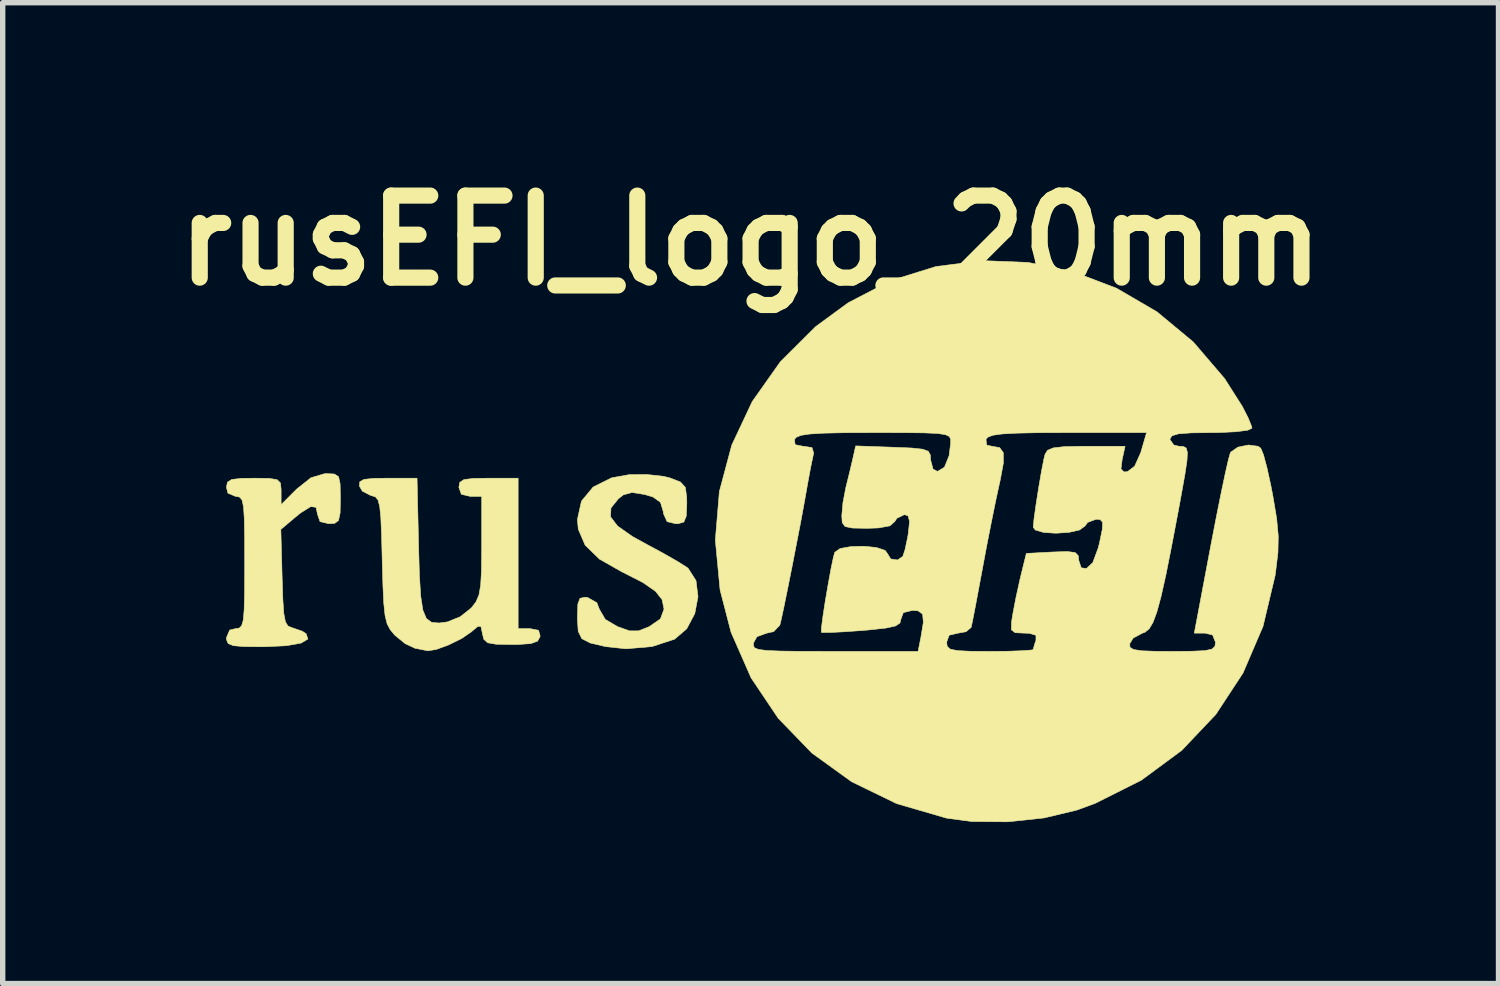
<source format=kicad_pcb>
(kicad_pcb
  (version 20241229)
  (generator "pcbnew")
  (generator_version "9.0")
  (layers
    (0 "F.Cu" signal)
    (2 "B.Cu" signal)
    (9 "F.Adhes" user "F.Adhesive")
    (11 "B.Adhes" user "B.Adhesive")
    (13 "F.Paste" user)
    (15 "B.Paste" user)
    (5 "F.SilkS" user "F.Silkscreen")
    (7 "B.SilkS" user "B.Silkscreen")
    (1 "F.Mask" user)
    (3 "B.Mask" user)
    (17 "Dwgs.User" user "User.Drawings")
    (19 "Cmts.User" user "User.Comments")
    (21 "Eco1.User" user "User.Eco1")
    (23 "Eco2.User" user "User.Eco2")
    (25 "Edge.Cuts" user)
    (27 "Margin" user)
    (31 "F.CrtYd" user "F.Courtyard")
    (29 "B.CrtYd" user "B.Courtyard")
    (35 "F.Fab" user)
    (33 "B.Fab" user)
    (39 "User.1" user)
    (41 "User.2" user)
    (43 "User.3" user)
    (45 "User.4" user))
  (footprint "rusEFI_logo_20mm"
    (layer "F.Cu")
    (at 10.893 7.018)
    (property "Reference" "rusEFI_logo_20mm" (at 0 -5.6 0) (layer "F.SilkS") (effects (font (size 1.524 1.524) (thickness 0.3))))
    (attr through_hole)
    (fp_poly (pts (xy -7.732 -1.263) (xy -7.654 -1.213) (xy -7.625 -1.08) (xy -7.62 -0.821) (xy -7.62 -0.804) (xy -7.625 -0.538) (xy -7.655 -0.399) (xy -7.726 -0.346) (xy -7.832 -0.339) (xy -7.998 -0.378) (xy -8.043 -0.508) (xy -8.073 -0.645) (xy -8.172 -0.657) (xy -8.357 -0.542) (xy -8.463 -0.456) (xy -8.726 -0.234) (xy -8.702 0.665) (xy -8.689 1.066) (xy -8.671 1.329) (xy -8.641 1.484) (xy -8.593 1.561) (xy -8.521 1.592) (xy -8.509 1.595) (xy -8.327 1.658) (xy -8.256 1.705) (xy -8.223 1.803) (xy -8.35 1.878) (xy -8.625 1.927) (xy -9.039 1.946) (xy -9.081 1.946) (xy -9.412 1.943) (xy -9.608 1.926) (xy -9.704 1.887) (xy -9.735 1.816) (xy -9.737 1.778) (xy -9.677 1.636) (xy -9.567 1.609) (xy -9.501 1.6) (xy -9.455 1.557) (xy -9.425 1.455) (xy -9.408 1.267) (xy -9.4 0.969) (xy -9.398 0.534) (xy -9.398 0.381) (xy -9.399 -0.098) (xy -9.405 -0.433) (xy -9.419 -0.649) (xy -9.445 -0.773) (xy -9.486 -0.831) (xy -9.546 -0.846) (xy -9.567 -0.847) (xy -9.709 -0.907) (xy -9.737 -1.016) (xy -9.718 -1.111) (xy -9.637 -1.162) (xy -9.454 -1.182) (xy -9.229 -1.185) (xy -8.947 -1.182) (xy -8.796 -1.158) (xy -8.733 -1.096) (xy -8.721 -0.974) (xy -8.721 -0.94) (xy -8.721 -0.694) (xy -8.433 -0.982) (xy -8.166 -1.194) (xy -7.913 -1.269) (xy -7.882 -1.27) (xy -7.732 -1.263)) (stroke (width 0.01) (type solid)) (fill yes) (layer "F.SilkS"))
    (fp_poly (pts (xy -1.613 -1.219) (xy -1.491 -1.188) (xy -1.301 -1.113) (xy -1.212 -1.014) (xy -1.187 -0.831) (xy -1.185 -0.713) (xy -1.195 -0.48) (xy -1.24 -0.371) (xy -1.345 -0.34) (xy -1.391 -0.339) (xy -1.551 -0.378) (xy -1.618 -0.526) (xy -1.624 -0.572) (xy -1.675 -0.738) (xy -1.813 -0.836) (xy -1.967 -0.882) (xy -2.203 -0.92) (xy -2.363 -0.876) (xy -2.457 -0.802) (xy -2.594 -0.632) (xy -2.602 -0.468) (xy -2.471 -0.296) (xy -2.193 -0.101) (xy -1.933 0.042) (xy -1.622 0.21) (xy -1.359 0.36) (xy -1.189 0.467) (xy -1.16 0.489) (xy -1.014 0.718) (xy -0.977 1.016) (xy -1.037 1.331) (xy -1.186 1.612) (xy -1.411 1.805) (xy -1.829 1.942) (xy -2.314 1.984) (xy -2.689 1.944) (xy -2.977 1.877) (xy -3.135 1.796) (xy -3.202 1.66) (xy -3.217 1.429) (xy -3.217 1.386) (xy -3.209 1.152) (xy -3.169 1.046) (xy -3.076 1.026) (xy -3.027 1.031) (xy -2.856 1.128) (xy -2.809 1.25) (xy -2.699 1.438) (xy -2.47 1.573) (xy -2.248 1.651) (xy -2.082 1.651) (xy -1.884 1.573) (xy -1.675 1.428) (xy -1.609 1.249) (xy -1.609 1.242) (xy -1.644 1.07) (xy -1.767 0.915) (xy -2.001 0.753) (xy -2.371 0.564) (xy -2.39 0.555) (xy -2.809 0.317) (xy -3.074 0.058) (xy -3.201 -0.238) (xy -3.217 -0.419) (xy -3.142 -0.759) (xy -2.925 -1.021) (xy -2.582 -1.192) (xy -2.255 -1.251) (xy -1.927 -1.254) (xy -1.613 -1.219)) (stroke (width 0.01) (type solid)) (fill yes) (layer "F.SilkS"))
    (fp_poly (pts (xy -6.167 0.088) (xy -6.152 0.621) (xy -6.128 1.006) (xy -6.088 1.266) (xy -6.023 1.421) (xy -5.925 1.493) (xy -5.785 1.505) (xy -5.63 1.484) (xy -5.393 1.388) (xy -5.186 1.223) (xy -5.101 1.112) (xy -5.046 0.984) (xy -5.014 0.802) (xy -4.999 0.53) (xy -4.995 0.129) (xy -4.995 0.08) (xy -4.995 -0.847) (xy -5.207 -0.847) (xy -5.373 -0.886) (xy -5.419 -1.016) (xy -5.402 -1.108) (xy -5.325 -1.159) (xy -5.152 -1.181) (xy -4.868 -1.185) (xy -4.318 -1.185) (xy -4.318 1.609) (xy -4.1 1.609) (xy -3.939 1.64) (xy -3.909 1.748) (xy -3.911 1.757) (xy -3.957 1.842) (xy -4.081 1.887) (xy -4.321 1.904) (xy -4.446 1.905) (xy -4.729 1.899) (xy -4.885 1.872) (xy -4.956 1.807) (xy -4.981 1.706) (xy -5.008 1.572) (xy -5.065 1.566) (xy -5.193 1.673) (xy -5.368 1.793) (xy -5.605 1.91) (xy -5.836 1.995) (xy -5.995 2.022) (xy -6.003 2.02) (xy -6.119 1.996) (xy -6.234 1.974) (xy -6.416 1.889) (xy -6.608 1.732) (xy -6.615 1.725) (xy -6.695 1.628) (xy -6.752 1.52) (xy -6.79 1.367) (xy -6.814 1.139) (xy -6.83 0.804) (xy -6.843 0.337) (xy -6.855 -0.129) (xy -6.869 -0.453) (xy -6.89 -0.662) (xy -6.922 -0.781) (xy -6.969 -0.838) (xy -7.038 -0.86) (xy -7.054 -0.863) (xy -7.212 -0.944) (xy -7.266 -1.037) (xy -7.26 -1.118) (xy -7.182 -1.163) (xy -6.996 -1.182) (xy -6.745 -1.185) (xy -6.196 -1.185) (xy -6.167 0.088)) (stroke (width 0.01) (type solid)) (fill yes) (layer "F.SilkS"))
    (fp_poly (pts (xy 5.155 -5.193) (xy 5.995 -5.02) (xy 6.799 -4.713) (xy 7.548 -4.276) (xy 8.223 -3.716) (xy 8.806 -3.035) (xy 9.136 -2.516) (xy 9.245 -2.301) (xy 9.308 -2.144) (xy 9.313 -2.114) (xy 9.234 -2.076) (xy 9.019 -2.048) (xy 8.701 -2.033) (xy 8.551 -2.032) (xy 8.18 -2.027) (xy 7.948 -2.009) (xy 7.828 -1.973) (xy 7.79 -1.914) (xy 7.789 -1.905) (xy 7.86 -1.802) (xy 7.959 -1.778) (xy 8.04 -1.774) (xy 8.092 -1.745) (xy 8.114 -1.665) (xy 8.106 -1.508) (xy 8.067 -1.251) (xy 7.998 -0.866) (xy 7.948 -0.593) (xy 7.819 0.085) (xy 7.714 0.614) (xy 7.625 1.012) (xy 7.547 1.3) (xy 7.475 1.494) (xy 7.404 1.613) (xy 7.327 1.676) (xy 7.274 1.695) (xy 7.107 1.785) (xy 7.043 1.888) (xy 7.047 1.955) (xy 7.112 1.997) (xy 7.265 2.021) (xy 7.538 2.031) (xy 7.825 2.032) (xy 8.201 2.029) (xy 8.439 2.018) (xy 8.569 1.99) (xy 8.625 1.939) (xy 8.636 1.863) (xy 8.582 1.727) (xy 8.439 1.693) (xy 8.242 1.693) (xy 8.55 0.06) (xy 8.648 -0.448) (xy 8.739 -0.902) (xy 8.817 -1.273) (xy 8.877 -1.535) (xy 8.913 -1.661) (xy 8.915 -1.665) (xy 9.05 -1.761) (xy 9.249 -1.802) (xy 9.427 -1.778) (xy 9.477 -1.742) (xy 9.527 -1.621) (xy 9.593 -1.375) (xy 9.665 -1.046) (xy 9.702 -0.854) (xy 9.772 -0.435) (xy 9.802 -0.109) (xy 9.796 0.194) (xy 9.754 0.546) (xy 9.743 0.625) (xy 9.518 1.569) (xy 9.148 2.432) (xy 8.643 3.202) (xy 8.01 3.87) (xy 7.26 4.424) (xy 6.401 4.855) (xy 6.054 4.982) (xy 5.451 5.126) (xy 4.777 5.198) (xy 4.108 5.192) (xy 3.641 5.13) (xy 2.713 4.86) (xy 1.876 4.453) (xy 1.139 3.921) (xy 0.512 3.273) (xy 0.008 2.522) (xy -0.255 1.922) (xy 0.051 1.922) (xy 0.073 1.966) (xy 0.149 1.996) (xy 0.302 2.016) (xy 0.553 2.026) (xy 0.924 2.031) (xy 1.438 2.032) (xy 1.564 2.032) (xy 3.111 2.032) (xy 3.145 1.863) (xy 3.641 1.863) (xy 3.653 1.941) (xy 3.71 1.991) (xy 3.844 2.018) (xy 4.086 2.03) (xy 4.445 2.032) (xy 4.791 2.029) (xy 5.062 2.019) (xy 5.222 2.006) (xy 5.249 1.997) (xy 5.276 1.897) (xy 5.301 1.827) (xy 5.301 1.733) (xy 5.179 1.696) (xy 5.082 1.693) (xy 4.913 1.685) (xy 4.844 1.63) (xy 4.848 1.481) (xy 4.87 1.343) (xy 4.93 1.029) (xy 5.006 0.684) (xy 5.026 0.602) (xy 5.122 0.212) (xy 5.609 0.186) (xy 5.884 0.177) (xy 6.03 0.196) (xy 6.087 0.255) (xy 6.096 0.341) (xy 6.141 0.479) (xy 6.238 0.493) (xy 6.356 0.384) (xy 6.458 0.109) (xy 6.48 0.021) (xy 6.533 -0.235) (xy 6.539 -0.368) (xy 6.492 -0.417) (xy 6.42 -0.423) (xy 6.262 -0.364) (xy 6.211 -0.296) (xy 6.11 -0.223) (xy 5.911 -0.178) (xy 5.671 -0.163) (xy 5.444 -0.177) (xy 5.288 -0.223) (xy 5.25 -0.275) (xy 5.265 -0.432) (xy 5.302 -0.695) (xy 5.351 -1.008) (xy 5.403 -1.311) (xy 5.449 -1.546) (xy 5.47 -1.63) (xy 5.516 -1.703) (xy 5.622 -1.748) (xy 5.822 -1.771) (xy 6.15 -1.778) (xy 6.235 -1.778) (xy 6.956 -1.778) (xy 6.902 -1.531) (xy 6.88 -1.358) (xy 6.935 -1.302) (xy 6.999 -1.306) (xy 7.134 -1.408) (xy 7.247 -1.659) (xy 7.253 -1.68) (xy 7.355 -2.032) (xy 5.888 -2.032) (xy 5.344 -2.03) (xy 4.946 -2.022) (xy 4.673 -2.007) (xy 4.501 -1.983) (xy 4.407 -1.947) (xy 4.372 -1.905) (xy 4.386 -1.8) (xy 4.485 -1.778) (xy 4.626 -1.753) (xy 4.694 -1.66) (xy 4.696 -1.468) (xy 4.637 -1.15) (xy 4.622 -1.084) (xy 4.556 -0.78) (xy 4.472 -0.367) (xy 4.381 0.095) (xy 4.312 0.466) (xy 4.237 0.868) (xy 4.172 1.213) (xy 4.123 1.465) (xy 4.097 1.587) (xy 4.097 1.587) (xy 4.002 1.667) (xy 3.855 1.693) (xy 3.688 1.732) (xy 3.641 1.863) (xy 3.145 1.863) (xy 3.164 1.767) (xy 3.209 1.49) (xy 3.195 1.34) (xy 3.111 1.279) (xy 3.006 1.27) (xy 2.837 1.312) (xy 2.794 1.428) (xy 2.774 1.506) (xy 2.691 1.56) (xy 2.515 1.599) (xy 2.214 1.632) (xy 2.065 1.645) (xy 1.735 1.668) (xy 1.477 1.681) (xy 1.331 1.681) (xy 1.314 1.677) (xy 1.317 1.588) (xy 1.344 1.38) (xy 1.387 1.098) (xy 1.44 0.791) (xy 1.492 0.504) (xy 1.538 0.284) (xy 1.564 0.191) (xy 1.664 0.121) (xy 1.865 0.085) (xy 2.108 0.079) (xy 2.339 0.103) (xy 2.499 0.156) (xy 2.54 0.212) (xy 2.603 0.315) (xy 2.731 0.334) (xy 2.828 0.267) (xy 2.868 0.144) (xy 2.915 -0.076) (xy 2.929 -0.156) (xy 2.953 -0.384) (xy 2.924 -0.487) (xy 2.856 -0.508) (xy 2.716 -0.44) (xy 2.679 -0.381) (xy 2.588 -0.3) (xy 2.376 -0.261) (xy 2.162 -0.254) (xy 1.894 -0.259) (xy 1.755 -0.287) (xy 1.702 -0.359) (xy 1.694 -0.487) (xy 1.716 -0.735) (xy 1.769 -1.011) (xy 1.77 -1.016) (xy 1.839 -1.294) (xy 1.899 -1.548) (xy 1.899 -1.549) (xy 1.952 -1.785) (xy 2.648 -1.76) (xy 2.99 -1.746) (xy 3.196 -1.724) (xy 3.301 -1.685) (xy 3.339 -1.615) (xy 3.344 -1.524) (xy 3.389 -1.354) (xy 3.471 -1.311) (xy 3.6 -1.388) (xy 3.687 -1.602) (xy 3.717 -1.841) (xy 3.716 -1.911) (xy 3.69 -1.961) (xy 3.616 -1.995) (xy 3.47 -2.016) (xy 3.228 -2.027) (xy 2.867 -2.031) (xy 2.363 -2.032) (xy 2.295 -2.032) (xy 1.758 -2.03) (xy 1.368 -2.022) (xy 1.101 -2.006) (xy 0.935 -1.981) (xy 0.846 -1.944) (xy 0.816 -1.905) (xy 0.826 -1.808) (xy 0.974 -1.778) (xy 0.986 -1.778) (xy 1.141 -1.754) (xy 1.171 -1.654) (xy 1.158 -1.587) (xy 1.114 -1.378) (xy 1.064 -1.107) (xy 1.055 -1.058) (xy 1.005 -0.774) (xy 0.937 -0.404) (xy 0.856 0.015) (xy 0.772 0.447) (xy 0.691 0.853) (xy 0.621 1.197) (xy 0.568 1.443) (xy 0.543 1.545) (xy 0.428 1.665) (xy 0.301 1.693) (xy 0.118 1.759) (xy 0.06 1.863) (xy 0.051 1.922) (xy -0.255 1.922) (xy -0.363 1.677) (xy -0.567 0.89) (xy -0.655 -0.036) (xy -0.58 -0.938) (xy -0.35 -1.8) (xy 0.03 -2.608) (xy 0.552 -3.347) (xy 1.21 -4.002) (xy 1.813 -4.444) (xy 2.608 -4.857) (xy 3.443 -5.117) (xy 4.298 -5.227) (xy 5.155 -5.193)) (stroke (width 0.01) (type solid)) (fill yes) (layer "F.SilkS")))
  (gr_rect
    (start -3 -3)
    (end 24.786 15.221)
    (stroke (width 0.1) (type default))
    (fill no)
    (layer "Edge.Cuts")))
</source>
